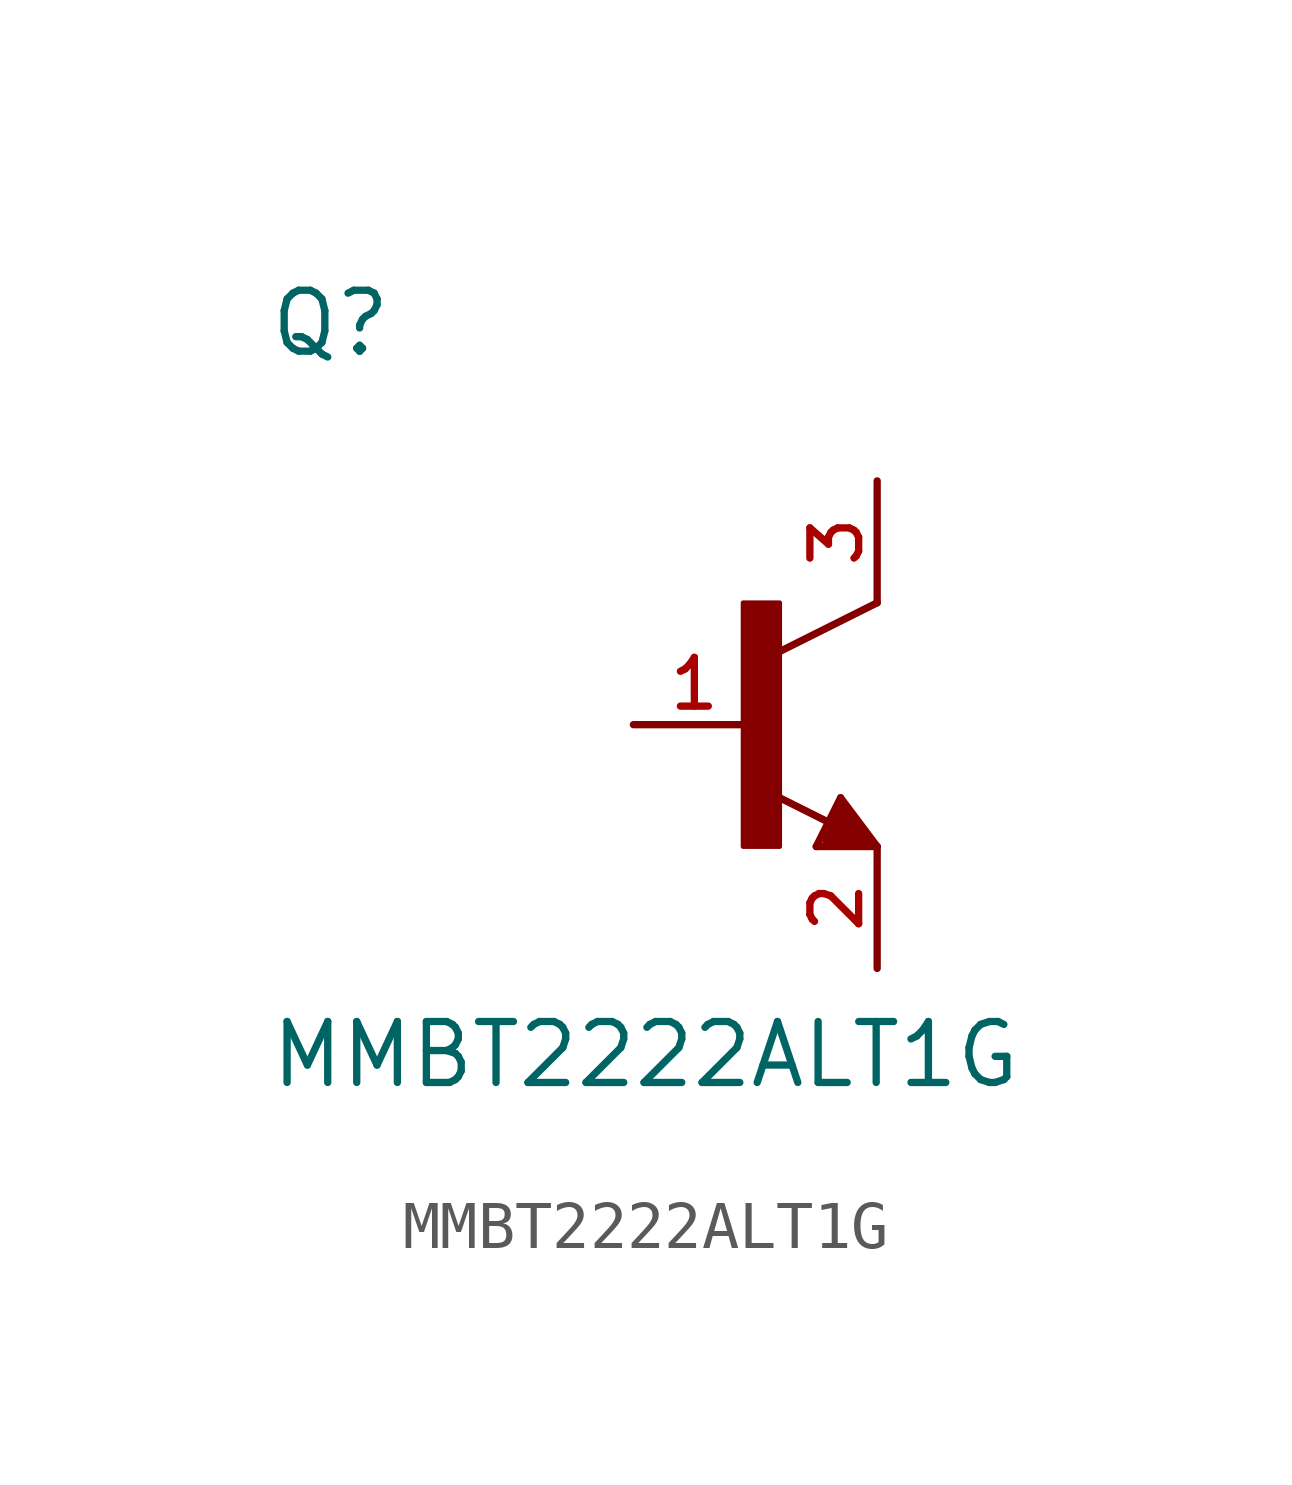
<source format=kicad_sym>
(kicad_symbol_lib
  (version 20211014)
  (generator kicad_symbol_editor)
  (symbol "MMBT2222ALT1G"
    (pin_names
      (offset 1.016))
    (property "Reference" "Q"
      (at -10.16 7.62 0)
      (effects (font (size 1.27 1.27)) (justify bottom left)))
    (property "Value" "MMBT2222ALT1G"
      (at -10.16 -7.62 0)
      (effects (font (size 1.27 1.27)) (justify bottom left)))
    (symbol "MMBT2222ALT1G_0_0"
      (polyline (pts (xy 2.54 2.54) (xy 0.508 1.524)) (stroke (width 0.152)))
      (polyline (pts (xy 1.778 -1.524) (xy 2.54 -2.54)) (stroke (width 0.152)))
      (polyline (pts (xy 2.54 -2.54) (xy 1.27 -2.54)) (stroke (width 0.152)))
      (polyline (pts (xy 1.27 -2.54) (xy 1.778 -1.524)) (stroke (width 0.152)))
      (polyline (pts (xy 1.54 -2.04) (xy 0.308 -1.424)) (stroke (width 0.152)))
      (polyline (pts (xy 1.524 -2.413) (xy 2.286 -2.413)) (stroke (width 0.254)))
      (polyline (pts (xy 2.286 -2.413) (xy 1.778 -1.778)) (stroke (width 0.254)))
      (polyline (pts (xy 1.778 -1.778) (xy 1.524 -2.286)) (stroke (width 0.254)))
      (polyline (pts (xy 1.524 -2.286) (xy 1.905 -2.286)) (stroke (width 0.254)))
      (polyline (pts (xy 1.905 -2.286) (xy 1.778 -2.032)) (stroke (width 0.254)))
      (rectangle (start -0.254 -2.54) (end 0.508 2.54) (stroke (width 0.1)) (fill (type outline)))
      (pin passive line (at -2.54 0.0 0) (length 2.54) (name "~" (effects (font (size 1.016 1.016)))) (number "1" (effects (font (size 1.016 1.016)))))
      (pin passive line (at 2.54 -5.08 90.0) (length 2.54) (name "~" (effects (font (size 1.016 1.016)))) (number "2" (effects (font (size 1.016 1.016)))))
      (pin passive line (at 2.54 5.08 270.0) (length 2.54) (name "~" (effects (font (size 1.016 1.016)))) (number "3" (effects (font (size 1.016 1.016))))))))
</source>
